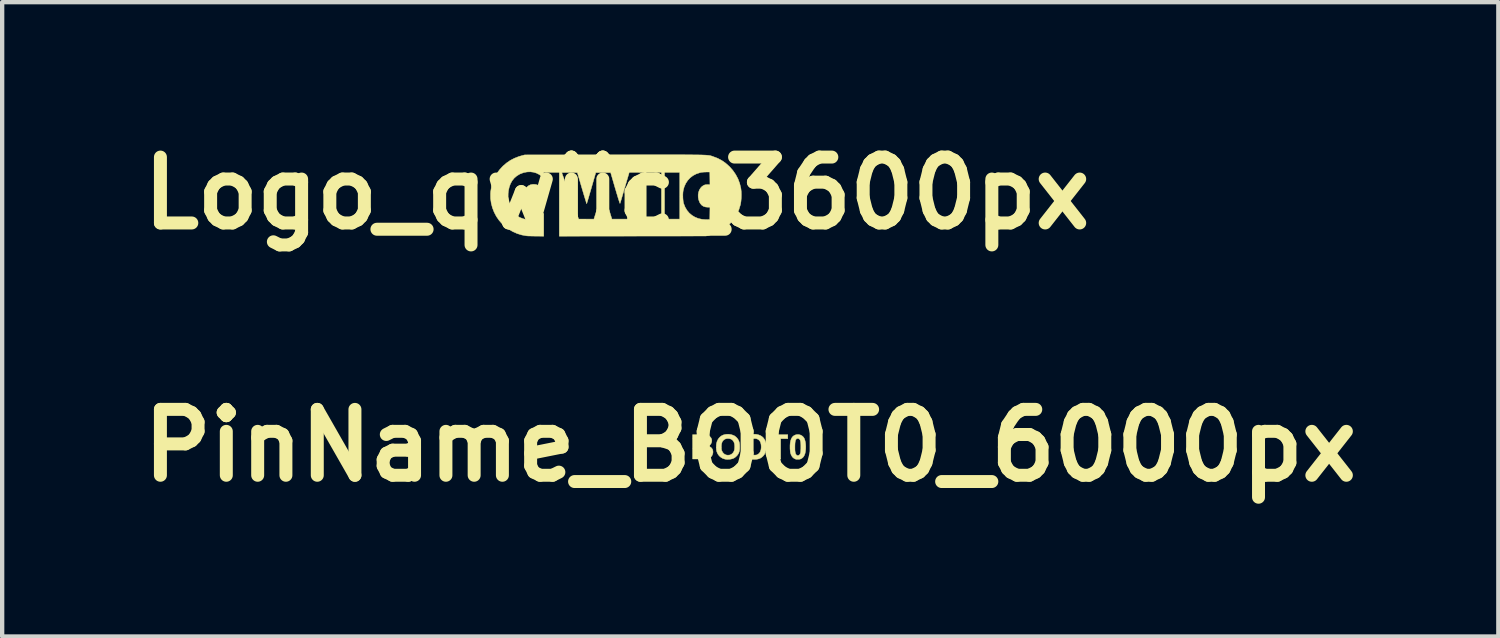
<source format=kicad_pcb>
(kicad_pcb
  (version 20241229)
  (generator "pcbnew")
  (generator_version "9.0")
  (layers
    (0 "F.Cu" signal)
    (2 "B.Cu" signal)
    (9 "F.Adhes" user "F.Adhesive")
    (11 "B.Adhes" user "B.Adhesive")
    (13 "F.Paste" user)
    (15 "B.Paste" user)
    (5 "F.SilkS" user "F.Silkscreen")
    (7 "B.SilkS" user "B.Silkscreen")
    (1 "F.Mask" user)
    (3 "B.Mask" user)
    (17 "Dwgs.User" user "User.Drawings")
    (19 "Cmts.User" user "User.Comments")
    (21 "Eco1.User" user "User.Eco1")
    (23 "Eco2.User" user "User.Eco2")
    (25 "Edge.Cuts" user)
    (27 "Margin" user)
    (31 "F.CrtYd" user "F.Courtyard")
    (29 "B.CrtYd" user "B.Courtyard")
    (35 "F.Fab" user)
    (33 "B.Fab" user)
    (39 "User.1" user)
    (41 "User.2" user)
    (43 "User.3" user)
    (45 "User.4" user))
  (footprint "Logo_qwiic_3600px"
    (layer "F.Cu")
    (at 11.22 1.418)
    (property "Reference" "Logo_qwiic_3600px" (at 0 0 0) (layer "F.SilkS") (effects (font (size 1.524 1.524) (thickness 0.3))))
    (attr through_hole)
    (fp_poly (pts (xy -1.873 -0.2) (xy -1.831 -0.186) (xy -1.792 -0.161) (xy -1.77 -0.142) (xy -1.742 -0.11) (xy -1.722 -0.079) (xy -1.708 -0.045) (xy -1.7 -0.004) (xy -1.697 0.045) (xy -1.697 0.067) (xy -1.697 0.104) (xy -1.698 0.131) (xy -1.701 0.151) (xy -1.706 0.168) (xy -1.713 0.186) (xy -1.716 0.193) (xy -1.74 0.237) (xy -1.767 0.271) (xy -1.798 0.296) (xy -1.822 0.31) (xy -1.872 0.328) (xy -1.924 0.336) (xy -1.972 0.332) (xy -1.983 0.329) (xy -2.032 0.311) (xy -2.072 0.284) (xy -2.105 0.247) (xy -2.134 0.198) (xy -2.137 0.192) (xy -2.145 0.173) (xy -2.15 0.157) (xy -2.153 0.138) (xy -2.155 0.114) (xy -2.155 0.08) (xy -2.155 0.067) (xy -2.154 0.013) (xy -2.148 -0.031) (xy -2.136 -0.067) (xy -2.119 -0.099) (xy -2.094 -0.129) (xy -2.082 -0.141) (xy -2.043 -0.173) (xy -2.002 -0.193) (xy -1.954 -0.203) (xy -1.923 -0.205) (xy -1.873 -0.2)) (stroke (width 0.01) (type solid)) (fill yes) (layer "F.SilkS"))
    (fp_poly (pts (xy 1.247 -0.888) (xy 1.358 -0.888) (xy 1.459 -0.888) (xy 1.551 -0.888) (xy 1.635 -0.887) (xy 1.71 -0.887) (xy 1.777 -0.886) (xy 1.837 -0.886) (xy 1.891 -0.885) (xy 1.938 -0.884) (xy 1.979 -0.883) (xy 2.016 -0.881) (xy 2.047 -0.88) (xy 2.074 -0.878) (xy 2.097 -0.876) (xy 2.117 -0.874) (xy 2.134 -0.872) (xy 2.149 -0.87) (xy 2.162 -0.867) (xy 2.173 -0.864) (xy 2.184 -0.861) (xy 2.194 -0.857) (xy 2.205 -0.854) (xy 2.216 -0.85) (xy 2.228 -0.845) (xy 2.234 -0.843) (xy 2.335 -0.804) (xy 2.427 -0.755) (xy 2.512 -0.696) (xy 2.593 -0.624) (xy 2.604 -0.614) (xy 2.681 -0.527) (xy 2.746 -0.433) (xy 2.799 -0.334) (xy 2.839 -0.228) (xy 2.866 -0.117) (xy 2.869 -0.099) (xy 2.876 -0.034) (xy 2.878 0.039) (xy 2.876 0.114) (xy 2.87 0.186) (xy 2.86 0.252) (xy 2.854 0.275) (xy 2.82 0.385) (xy 2.773 0.489) (xy 2.714 0.585) (xy 2.642 0.675) (xy 2.618 0.701) (xy 2.536 0.778) (xy 2.449 0.842) (xy 2.355 0.896) (xy 2.253 0.938) (xy 2.142 0.971) (xy 2.126 0.975) (xy 2.057 0.991) (xy 0.362 0.993) (xy -1.333 0.995) (xy -1.333 -0.474) (xy -1.276 -0.474) (xy -1.273 -0.466) (xy -1.266 -0.446) (xy -1.255 -0.415) (xy -1.24 -0.374) (xy -1.221 -0.324) (xy -1.2 -0.265) (xy -1.176 -0.199) (xy -1.15 -0.127) (xy -1.122 -0.05) (xy -1.092 0.032) (xy -1.079 0.066) (xy -0.885 0.599) (xy -0.709 0.6) (xy -0.532 0.6) (xy -0.43 0.273) (xy -0.41 0.208) (xy -0.391 0.147) (xy -0.374 0.092) (xy -0.358 0.043) (xy -0.345 0.002) (xy -0.335 -0.029) (xy -0.328 -0.05) (xy -0.325 -0.058) (xy -0.325 -0.058) (xy -0.322 -0.053) (xy -0.316 -0.035) (xy -0.306 -0.006) (xy -0.293 0.032) (xy -0.278 0.079) (xy -0.261 0.133) (xy -0.242 0.193) (xy -0.222 0.258) (xy -0.219 0.268) (xy -0.116 0.6) (xy 0.237 0.6) (xy 0.432 0.065) (xy 0.463 -0.018) (xy 0.492 -0.097) (xy 0.519 -0.172) (xy 0.544 -0.24) (xy 0.566 -0.302) (xy 0.586 -0.356) (xy 0.602 -0.401) (xy 0.614 -0.436) (xy 0.623 -0.461) (xy 0.628 -0.473) (xy 0.628 -0.475) (xy 0.621 -0.476) (xy 0.602 -0.477) (xy 0.573 -0.478) (xy 0.535 -0.479) (xy 0.491 -0.48) (xy 0.456 -0.48) (xy 0.677 -0.48) (xy 0.677 0.6) (xy 1.03 0.6) (xy 1.03 -0.48) (xy 1.101 -0.48) (xy 1.101 0.6) (xy 1.453 0.6) (xy 1.453 0.028) (xy 1.525 0.028) (xy 1.525 0.083) (xy 1.528 0.138) (xy 1.533 0.189) (xy 1.541 0.231) (xy 1.545 0.243) (xy 1.578 0.326) (xy 1.621 0.398) (xy 1.674 0.461) (xy 1.736 0.513) (xy 1.806 0.555) (xy 1.883 0.586) (xy 1.968 0.605) (xy 2.06 0.612) (xy 2.078 0.612) (xy 2.148 0.61) (xy 2.152 0.325) (xy 2.104 0.325) (xy 2.047 0.319) (xy 1.999 0.303) (xy 1.959 0.275) (xy 1.926 0.235) (xy 1.912 0.209) (xy 1.891 0.153) (xy 1.88 0.095) (xy 1.879 0.037) (xy 1.888 -0.019) (xy 1.906 -0.071) (xy 1.933 -0.117) (xy 1.968 -0.155) (xy 2.005 -0.179) (xy 2.029 -0.19) (xy 2.052 -0.195) (xy 2.08 -0.197) (xy 2.097 -0.198) (xy 2.152 -0.198) (xy 2.15 -0.344) (xy 2.148 -0.49) (xy 2.06 -0.489) (xy 2.006 -0.487) (xy 1.961 -0.483) (xy 1.92 -0.475) (xy 1.916 -0.473) (xy 1.833 -0.445) (xy 1.759 -0.406) (xy 1.694 -0.356) (xy 1.638 -0.296) (xy 1.592 -0.226) (xy 1.557 -0.149) (xy 1.534 -0.066) (xy 1.528 -0.023) (xy 1.525 0.028) (xy 1.453 0.028) (xy 1.453 -0.48) (xy 1.101 -0.48) (xy 1.03 -0.48) (xy 0.677 -0.48) (xy 0.456 -0.48) (xy 0.285 -0.48) (xy 0.18 -0.125) (xy 0.16 -0.057) (xy 0.141 0.007) (xy 0.124 0.066) (xy 0.108 0.119) (xy 0.095 0.163) (xy 0.084 0.199) (xy 0.076 0.224) (xy 0.072 0.237) (xy 0.071 0.239) (xy 0.068 0.234) (xy 0.062 0.217) (xy 0.052 0.188) (xy 0.04 0.15) (xy 0.025 0.103) (xy 0.009 0.048) (xy -0.01 -0.013) (xy -0.029 -0.079) (xy -0.04 -0.114) (xy -0.145 -0.476) (xy -0.489 -0.476) (xy -0.592 -0.119) (xy -0.612 -0.05) (xy -0.631 0.014) (xy -0.648 0.073) (xy -0.663 0.125) (xy -0.676 0.169) (xy -0.687 0.204) (xy -0.694 0.229) (xy -0.698 0.241) (xy -0.699 0.243) (xy -0.702 0.237) (xy -0.708 0.219) (xy -0.717 0.189) (xy -0.729 0.15) (xy -0.744 0.102) (xy -0.761 0.047) (xy -0.779 -0.014) (xy -0.799 -0.081) (xy -0.809 -0.115) (xy -0.915 -0.476) (xy -1.097 -0.478) (xy -1.15 -0.478) (xy -1.196 -0.478) (xy -1.233 -0.478) (xy -1.259 -0.476) (xy -1.273 -0.475) (xy -1.276 -0.474) (xy -1.333 -0.474) (xy -1.333 -0.48) (xy -1.693 -0.48) (xy -1.693 -0.344) (xy -1.739 -0.387) (xy -1.796 -0.431) (xy -1.861 -0.464) (xy -1.93 -0.485) (xy -2.004 -0.494) (xy -2.079 -0.491) (xy -2.156 -0.476) (xy -2.233 -0.448) (xy -2.25 -0.44) (xy -2.317 -0.399) (xy -2.375 -0.349) (xy -2.424 -0.288) (xy -2.463 -0.218) (xy -2.491 -0.139) (xy -2.51 -0.051) (xy -2.516 0.009) (xy -2.517 0.08) (xy -2.511 0.152) (xy -2.499 0.221) (xy -2.489 0.261) (xy -2.46 0.336) (xy -2.421 0.405) (xy -2.373 0.466) (xy -2.318 0.517) (xy -2.257 0.556) (xy -2.244 0.563) (xy -2.172 0.591) (xy -2.101 0.608) (xy -2.024 0.614) (xy -2.016 0.614) (xy -1.938 0.608) (xy -1.866 0.59) (xy -1.802 0.56) (xy -1.746 0.518) (xy -1.735 0.508) (xy -1.693 0.467) (xy -1.693 0.995) (xy -1.864 0.994) (xy -1.916 0.993) (xy -1.966 0.992) (xy -2.012 0.991) (xy -2.05 0.99) (xy -2.079 0.988) (xy -2.09 0.987) (xy -2.2 0.967) (xy -2.308 0.934) (xy -2.411 0.888) (xy -2.509 0.831) (xy -2.599 0.762) (xy -2.649 0.716) (xy -2.724 0.631) (xy -2.788 0.539) (xy -2.84 0.44) (xy -2.88 0.337) (xy -2.908 0.23) (xy -2.923 0.12) (xy -2.924 0.01) (xy -2.921 -0.03) (xy -2.903 -0.147) (xy -2.873 -0.257) (xy -2.831 -0.361) (xy -2.776 -0.458) (xy -2.708 -0.549) (xy -2.634 -0.629) (xy -2.552 -0.699) (xy -2.465 -0.759) (xy -2.37 -0.808) (xy -2.267 -0.848) (xy -2.205 -0.866) (xy -2.134 -0.885) (xy -0.049 -0.887) (xy 0.157 -0.887) (xy 0.349 -0.888) (xy 0.529 -0.888) (xy 0.696 -0.888) (xy 0.851 -0.888) (xy 0.994 -0.888) (xy 1.125 -0.888) (xy 1.247 -0.888)) (stroke (width 0.01) (type solid)) (fill yes) (layer "F.SilkS")))
  (footprint "PinName_BOOT0_6000px"
    (layer "F.Cu")
    (at 14.304 7.254)
    (property "Reference" "PinName_BOOT0_6000px" (at 0 0 0) (layer "F.SilkS") (effects (font (size 1.524 1.524) (thickness 0.3))))
    (attr through_hole)
    (fp_poly (pts (xy 0.868 -0.157) (xy 0.703 -0.157) (xy 0.703 0.313) (xy 0.588 0.313) (xy 0.588 -0.157) (xy 0.419 -0.157) (xy 0.419 -0.25) (xy 0.868 -0.25) (xy 0.868 -0.157)) (stroke (width 0.01) (type solid)) (fill yes) (layer "F.SilkS"))
    (fp_poly (pts (xy 0.132 -0.258) (xy 0.133 -0.258) (xy 0.182 -0.249) (xy 0.226 -0.233) (xy 0.265 -0.211) (xy 0.298 -0.182) (xy 0.325 -0.147) (xy 0.346 -0.107) (xy 0.362 -0.061) (xy 0.369 -0.023) (xy 0.373 0.031) (xy 0.37 0.082) (xy 0.36 0.13) (xy 0.344 0.174) (xy 0.322 0.214) (xy 0.294 0.248) (xy 0.294 0.248) (xy 0.263 0.275) (xy 0.229 0.296) (xy 0.192 0.31) (xy 0.151 0.319) (xy 0.104 0.321) (xy 0.098 0.322) (xy 0.063 0.32) (xy 0.034 0.317) (xy 0.018 0.313) (xy -0.026 0.297) (xy -0.066 0.275) (xy -0.1 0.246) (xy -0.128 0.211) (xy -0.15 0.171) (xy -0.159 0.148) (xy -0.164 0.131) (xy -0.167 0.116) (xy -0.17 0.099) (xy -0.171 0.079) (xy -0.173 0.054) (xy -0.173 0.027) (xy -0.056 0.027) (xy -0.054 0.07) (xy -0.048 0.107) (xy -0.037 0.138) (xy -0.021 0.164) (xy -0.001 0.186) (xy 0.021 0.204) (xy 0.043 0.216) (xy 0.068 0.222) (xy 0.097 0.223) (xy 0.104 0.223) (xy 0.125 0.222) (xy 0.141 0.22) (xy 0.154 0.216) (xy 0.166 0.21) (xy 0.195 0.192) (xy 0.218 0.167) (xy 0.235 0.136) (xy 0.247 0.099) (xy 0.253 0.057) (xy 0.253 0.011) (xy 0.248 -0.033) (xy 0.238 -0.069) (xy 0.223 -0.1) (xy 0.202 -0.124) (xy 0.188 -0.136) (xy 0.164 -0.149) (xy 0.139 -0.157) (xy 0.109 -0.161) (xy 0.097 -0.161) (xy 0.06 -0.157) (xy 0.028 -0.147) (xy 0.001 -0.13) (xy -0.021 -0.106) (xy -0.038 -0.076) (xy -0.049 -0.039) (xy -0.055 0.003) (xy -0.056 0.027) (xy -0.173 0.027) (xy -0.173 0.021) (xy -0.172 -0.009) (xy -0.17 -0.033) (xy -0.169 -0.037) (xy -0.158 -0.085) (xy -0.14 -0.128) (xy -0.116 -0.165) (xy -0.086 -0.197) (xy -0.051 -0.223) (xy -0.011 -0.242) (xy 0.033 -0.255) (xy 0.081 -0.26) (xy 0.132 -0.258)) (stroke (width 0.01) (type solid)) (fill yes) (layer "F.SilkS"))
    (fp_poly (pts (xy 1.121 -0.252) (xy 1.156 -0.244) (xy 1.188 -0.229) (xy 1.216 -0.208) (xy 1.239 -0.181) (xy 1.251 -0.159) (xy 1.264 -0.123) (xy 1.274 -0.081) (xy 1.281 -0.033) (xy 1.284 0.02) (xy 1.283 0.075) (xy 1.282 0.089) (xy 1.276 0.142) (xy 1.267 0.187) (xy 1.252 0.226) (xy 1.234 0.258) (xy 1.211 0.284) (xy 1.183 0.303) (xy 1.178 0.306) (xy 1.164 0.312) (xy 1.152 0.316) (xy 1.139 0.319) (xy 1.122 0.32) (xy 1.107 0.321) (xy 1.085 0.321) (xy 1.068 0.32) (xy 1.054 0.317) (xy 1.043 0.314) (xy 1.01 0.297) (xy 0.982 0.274) (xy 0.96 0.244) (xy 0.942 0.208) (xy 0.929 0.165) (xy 0.929 0.163) (xy 0.926 0.146) (xy 0.924 0.124) (xy 0.922 0.098) (xy 0.92 0.071) (xy 0.92 0.063) (xy 0.92 0.039) (xy 1.033 0.039) (xy 1.033 0.079) (xy 1.034 0.111) (xy 1.037 0.138) (xy 1.04 0.159) (xy 1.044 0.178) (xy 1.05 0.194) (xy 1.051 0.196) (xy 1.063 0.215) (xy 1.078 0.228) (xy 1.097 0.233) (xy 1.116 0.23) (xy 1.129 0.225) (xy 1.14 0.216) (xy 1.149 0.204) (xy 1.156 0.189) (xy 1.162 0.169) (xy 1.166 0.144) (xy 1.168 0.112) (xy 1.17 0.074) (xy 1.17 0.034) (xy 1.17 -0.005) (xy 1.169 -0.036) (xy 1.167 -0.062) (xy 1.165 -0.083) (xy 1.161 -0.1) (xy 1.157 -0.116) (xy 1.151 -0.129) (xy 1.139 -0.146) (xy 1.123 -0.157) (xy 1.105 -0.162) (xy 1.087 -0.161) (xy 1.072 -0.154) (xy 1.061 -0.144) (xy 1.052 -0.129) (xy 1.045 -0.111) (xy 1.04 -0.087) (xy 1.036 -0.057) (xy 1.034 -0.021) (xy 1.033 0.023) (xy 1.033 0.039) (xy 0.92 0.039) (xy 0.92 0.000349) (xy 0.924 -0.055) (xy 0.933 -0.104) (xy 0.946 -0.146) (xy 0.964 -0.181) (xy 0.986 -0.209) (xy 1.014 -0.23) (xy 1.045 -0.244) (xy 1.082 -0.252) (xy 1.085 -0.252) (xy 1.121 -0.252)) (stroke (width 0.01) (type solid)) (fill yes) (layer "F.SilkS"))
    (fp_poly (pts (xy -0.466 -0.256) (xy -0.42 -0.245) (xy -0.377 -0.228) (xy -0.362 -0.22) (xy -0.338 -0.202) (xy -0.314 -0.18) (xy -0.293 -0.155) (xy -0.277 -0.129) (xy -0.276 -0.129) (xy -0.264 -0.103) (xy -0.255 -0.077) (xy -0.249 -0.05) (xy -0.245 -0.02) (xy -0.244 0.017) (xy -0.244 0.032) (xy -0.244 0.07) (xy -0.247 0.103) (xy -0.252 0.131) (xy -0.26 0.157) (xy -0.271 0.183) (xy -0.276 0.192) (xy -0.29 0.214) (xy -0.31 0.238) (xy -0.333 0.26) (xy -0.356 0.279) (xy -0.375 0.291) (xy -0.411 0.306) (xy -0.451 0.316) (xy -0.494 0.321) (xy -0.537 0.322) (xy -0.578 0.317) (xy -0.595 0.313) (xy -0.639 0.298) (xy -0.678 0.275) (xy -0.712 0.246) (xy -0.741 0.212) (xy -0.763 0.172) (xy -0.777 0.133) (xy -0.782 0.109) (xy -0.785 0.079) (xy -0.786 0.046) (xy -0.786 0.025) (xy -0.668 0.025) (xy -0.668 0.046) (xy -0.667 0.072) (xy -0.665 0.091) (xy -0.662 0.107) (xy -0.658 0.121) (xy -0.656 0.124) (xy -0.64 0.156) (xy -0.618 0.183) (xy -0.592 0.204) (xy -0.566 0.216) (xy -0.539 0.223) (xy -0.508 0.224) (xy -0.478 0.221) (xy -0.46 0.216) (xy -0.431 0.2) (xy -0.406 0.178) (xy -0.385 0.15) (xy -0.371 0.117) (xy -0.366 0.101) (xy -0.363 0.078) (xy -0.361 0.049) (xy -0.36 0.018) (xy -0.362 -0.011) (xy -0.365 -0.037) (xy -0.366 -0.042) (xy -0.378 -0.078) (xy -0.396 -0.108) (xy -0.419 -0.132) (xy -0.447 -0.148) (xy -0.48 -0.158) (xy -0.512 -0.161) (xy -0.546 -0.159) (xy -0.574 -0.151) (xy -0.6 -0.138) (xy -0.609 -0.131) (xy -0.631 -0.11) (xy -0.648 -0.084) (xy -0.659 -0.054) (xy -0.666 -0.018) (xy -0.668 0.025) (xy -0.786 0.025) (xy -0.786 0.012) (xy -0.784 -0.02) (xy -0.781 -0.044) (xy -0.769 -0.089) (xy -0.751 -0.13) (xy -0.727 -0.167) (xy -0.697 -0.198) (xy -0.663 -0.224) (xy -0.625 -0.242) (xy -0.609 -0.247) (xy -0.562 -0.257) (xy -0.514 -0.26) (xy -0.466 -0.256)) (stroke (width 0.01) (type solid)) (fill yes) (layer "F.SilkS"))
    (fp_poly (pts (xy -1.169 -0.249) (xy -1.128 -0.249) (xy -1.094 -0.248) (xy -1.066 -0.248) (xy -1.045 -0.247) (xy -1.028 -0.247) (xy -1.015 -0.246) (xy -1.005 -0.245) (xy -0.997 -0.243) (xy -0.99 -0.241) (xy -0.984 -0.239) (xy -0.98 -0.237) (xy -0.954 -0.223) (xy -0.93 -0.203) (xy -0.91 -0.18) (xy -0.903 -0.167) (xy -0.892 -0.138) (xy -0.889 -0.107) (xy -0.894 -0.076) (xy -0.905 -0.047) (xy -0.922 -0.021) (xy -0.946 0.001) (xy -0.946 0.001) (xy -0.965 0.014) (xy -0.94 0.026) (xy -0.911 0.044) (xy -0.888 0.067) (xy -0.872 0.094) (xy -0.863 0.126) (xy -0.862 0.16) (xy -0.865 0.182) (xy -0.877 0.219) (xy -0.894 0.249) (xy -0.918 0.274) (xy -0.947 0.293) (xy -0.982 0.305) (xy -1.001 0.309) (xy -1.012 0.31) (xy -1.031 0.311) (xy -1.055 0.312) (xy -1.085 0.312) (xy -1.118 0.313) (xy -1.153 0.313) (xy -1.182 0.313) (xy -1.333 0.313) (xy -1.333 0.221) (xy -1.219 0.221) (xy -1.128 0.219) (xy -1.097 0.218) (xy -1.073 0.217) (xy -1.056 0.216) (xy -1.043 0.215) (xy -1.033 0.213) (xy -1.025 0.21) (xy -1.018 0.207) (xy -1.016 0.207) (xy -0.998 0.194) (xy -0.986 0.176) (xy -0.981 0.154) (xy -0.98 0.144) (xy -0.983 0.119) (xy -0.993 0.1) (xy -1.011 0.085) (xy -1.019 0.08) (xy -1.027 0.077) (xy -1.034 0.074) (xy -1.043 0.072) (xy -1.054 0.071) (xy -1.07 0.07) (xy -1.091 0.069) (xy -1.119 0.069) (xy -1.129 0.068) (xy -1.219 0.067) (xy -1.219 0.221) (xy -1.333 0.221) (xy -1.333 -0.024) (xy -1.219 -0.024) (xy -1.136 -0.026) (xy -1.106 -0.027) (xy -1.083 -0.028) (xy -1.066 -0.029) (xy -1.053 -0.03) (xy -1.044 -0.033) (xy -1.037 -0.035) (xy -1.036 -0.036) (xy -1.018 -0.048) (xy -1.006 -0.065) (xy -1.002 -0.087) (xy -1.001 -0.093) (xy -1.004 -0.116) (xy -1.013 -0.133) (xy -1.028 -0.146) (xy -1.03 -0.147) (xy -1.036 -0.15) (xy -1.044 -0.152) (xy -1.056 -0.153) (xy -1.072 -0.154) (xy -1.093 -0.155) (xy -1.122 -0.156) (xy -1.131 -0.156) (xy -1.219 -0.157) (xy -1.219 -0.024) (xy -1.333 -0.024) (xy -1.333 -0.25) (xy -1.169 -0.249)) (stroke (width 0.01) (type solid)) (fill yes) (layer "F.SilkS")))
  (gr_rect
    (start -3 -3)
    (end 31.608 11.672)
    (stroke (width 0.1) (type default))
    (fill no)
    (layer "Edge.Cuts")))
</source>
